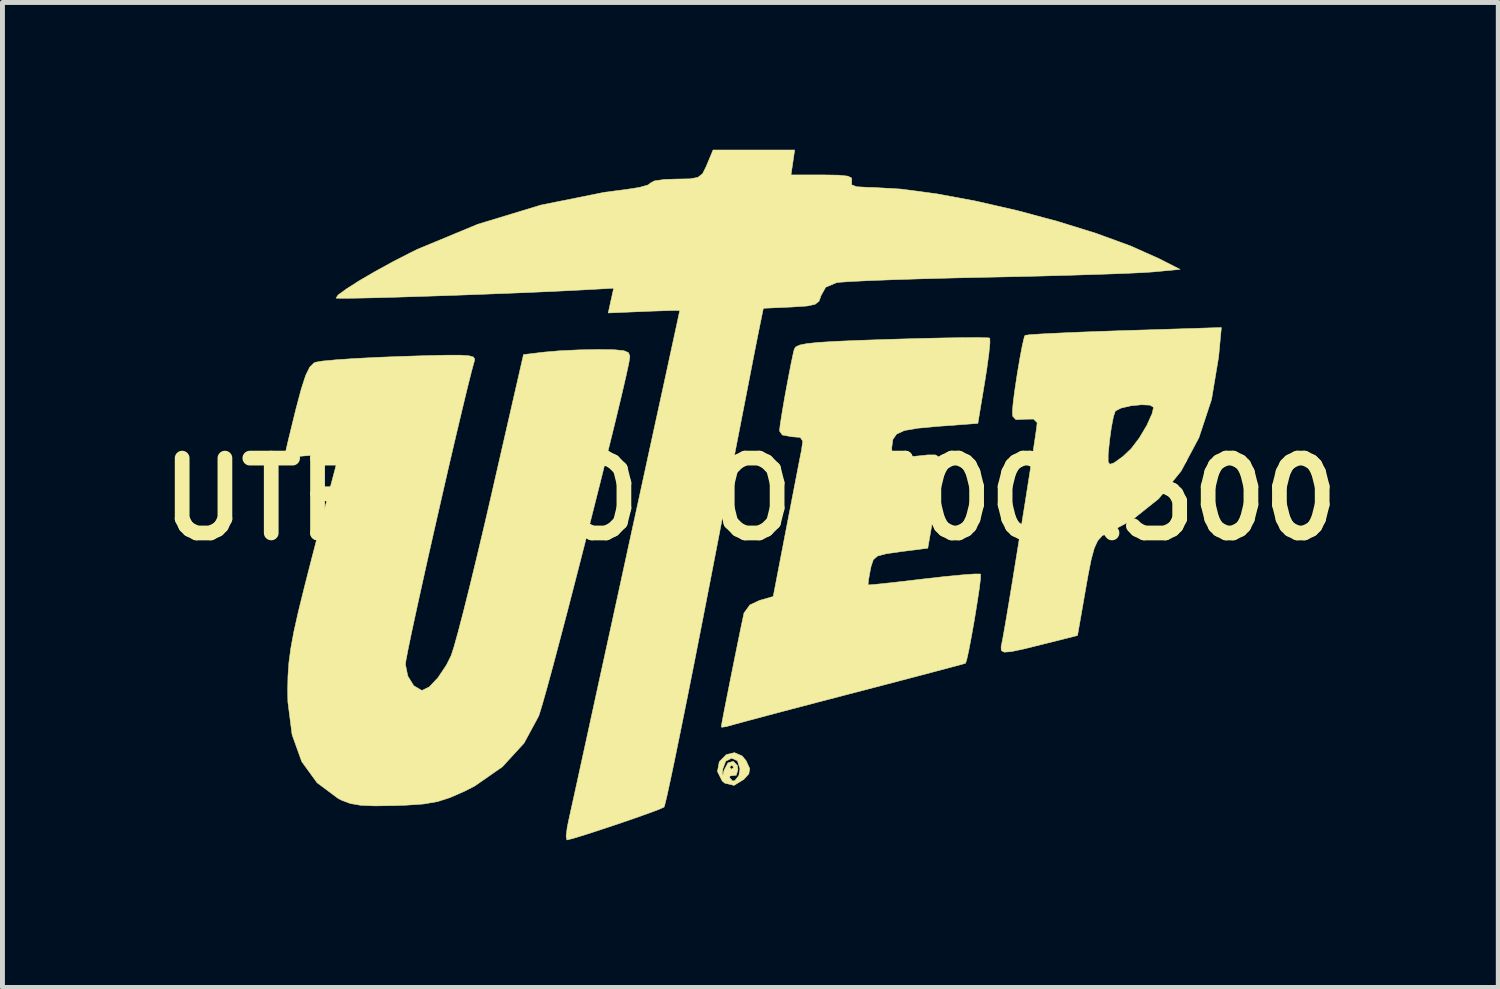
<source format=kicad_pcb>
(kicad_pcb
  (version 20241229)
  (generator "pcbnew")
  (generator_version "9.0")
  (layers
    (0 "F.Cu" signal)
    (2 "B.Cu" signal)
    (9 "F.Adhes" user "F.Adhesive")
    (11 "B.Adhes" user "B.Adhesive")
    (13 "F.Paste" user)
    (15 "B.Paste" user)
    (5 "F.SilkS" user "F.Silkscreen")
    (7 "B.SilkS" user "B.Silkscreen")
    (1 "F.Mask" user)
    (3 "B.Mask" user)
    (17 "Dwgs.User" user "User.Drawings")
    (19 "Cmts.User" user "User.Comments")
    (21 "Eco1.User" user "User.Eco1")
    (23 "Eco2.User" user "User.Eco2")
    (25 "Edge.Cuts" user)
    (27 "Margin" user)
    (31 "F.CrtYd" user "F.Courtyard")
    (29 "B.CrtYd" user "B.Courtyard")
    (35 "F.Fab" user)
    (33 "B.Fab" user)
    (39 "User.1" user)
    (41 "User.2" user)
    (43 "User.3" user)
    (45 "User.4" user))
  (footprint "UTEP LOGO 300x300"
    (layer "F.Cu")
    (at 12.236 7.117)
    (property "Reference" "UTEP LOGO 300x300" (at 0 0 0) (layer "F.SilkS") (effects (font (size 1.524 1.524) (thickness 0.3))))
    (attr through_hole)
    (fp_poly (pts (xy -0.168 5.232) (xy -0.088 5.328) (xy -0.013 5.492) (xy -0.032 5.597) (xy -0.133 5.709) (xy -0.333 5.832) (xy -0.521 5.787) (xy -0.576 5.74) (xy -0.626 5.639) (xy -0.57 5.639) (xy -0.556 5.61) (xy -0.537 5.524) (xy -0.503 5.461) (xy -0.423 5.461) (xy -0.381 5.503) (xy -0.339 5.461) (xy -0.381 5.419) (xy -0.423 5.461) (xy -0.503 5.461) (xy -0.458 5.375) (xy -0.348 5.341) (xy -0.266 5.426) (xy -0.254 5.508) (xy -0.287 5.625) (xy -0.339 5.63) (xy -0.417 5.641) (xy -0.423 5.675) (xy -0.363 5.742) (xy -0.318 5.736) (xy -0.236 5.634) (xy -0.212 5.496) (xy -0.264 5.331) (xy -0.381 5.278) (xy -0.502 5.337) (xy -0.564 5.503) (xy -0.57 5.639) (xy -0.626 5.639) (xy -0.671 5.549) (xy -0.634 5.351) (xy -0.491 5.205) (xy -0.325 5.165) (xy -0.168 5.232)) (stroke (width 0.01) (type solid)) (fill yes) (layer "F.SilkS"))
    (fp_poly (pts (xy 9.538 -2.893) (xy 9.394 -2.029) (xy 9.137 -1.251) (xy 8.775 -0.572) (xy 8.317 -0.007) (xy 7.773 0.427) (xy 7.44 0.606) (xy 7.28 0.679) (xy 7.162 0.751) (xy 7.075 0.849) (xy 7.006 0.998) (xy 6.943 1.227) (xy 6.877 1.561) (xy 6.795 2.029) (xy 6.77 2.173) (xy 6.664 2.779) (xy 5.96 2.956) (xy 5.569 3.053) (xy 5.314 3.107) (xy 5.171 3.118) (xy 5.111 3.085) (xy 5.107 3.009) (xy 5.121 2.942) (xy 5.149 2.796) (xy 5.198 2.517) (xy 5.263 2.132) (xy 5.339 1.669) (xy 5.422 1.155) (xy 5.509 0.618) (xy 5.594 0.085) (xy 5.673 -0.417) (xy 5.726 -0.756) (xy 7.288 -0.756) (xy 7.322 -0.709) (xy 7.399 -0.735) (xy 7.418 -0.745) (xy 7.592 -0.871) (xy 7.758 -1.029) (xy 7.924 -1.247) (xy 8.077 -1.505) (xy 8.183 -1.741) (xy 8.213 -1.869) (xy 8.141 -1.914) (xy 7.966 -1.922) (xy 7.748 -1.9) (xy 7.55 -1.854) (xy 7.435 -1.795) (xy 7.397 -1.685) (xy 7.353 -1.459) (xy 7.317 -1.197) (xy 7.288 -0.909) (xy 7.288 -0.756) (xy 5.726 -0.756) (xy 5.742 -0.859) (xy 5.796 -1.215) (xy 5.831 -1.457) (xy 5.842 -1.556) (xy 5.769 -1.63) (xy 5.588 -1.627) (xy 5.41 -1.618) (xy 5.344 -1.687) (xy 5.338 -1.79) (xy 5.354 -1.974) (xy 5.39 -2.247) (xy 5.438 -2.563) (xy 5.491 -2.876) (xy 5.541 -3.138) (xy 5.58 -3.303) (xy 5.594 -3.335) (xy 5.685 -3.348) (xy 5.922 -3.364) (xy 6.28 -3.382) (xy 6.735 -3.402) (xy 7.263 -3.421) (xy 7.612 -3.433) (xy 9.594 -3.495) (xy 9.538 -2.893)) (stroke (width 0.01) (type solid)) (fill yes) (layer "F.SilkS"))
    (fp_poly (pts (xy 4.844 -3.285) (xy 4.877 -3.279) (xy 4.88 -3.185) (xy 4.858 -2.961) (xy 4.815 -2.644) (xy 4.775 -2.391) (xy 4.634 -1.542) (xy 3.82 -1.482) (xy 3.408 -1.444) (xy 3.137 -1.397) (xy 2.978 -1.324) (xy 2.902 -1.214) (xy 2.88 -1.05) (xy 2.88 -1.025) (xy 2.888 -0.914) (xy 2.941 -0.859) (xy 3.078 -0.848) (xy 3.338 -0.871) (xy 3.387 -0.876) (xy 3.614 -0.9) (xy 3.768 -0.9) (xy 3.856 -0.85) (xy 3.887 -0.725) (xy 3.87 -0.501) (xy 3.814 -0.152) (xy 3.756 0.182) (xy 3.614 1) (xy 3.059 1.071) (xy 2.762 1.114) (xy 2.59 1.16) (xy 2.503 1.237) (xy 2.459 1.368) (xy 2.444 1.439) (xy 2.408 1.637) (xy 2.397 1.743) (xy 2.398 1.748) (xy 2.483 1.743) (xy 2.704 1.721) (xy 3.031 1.685) (xy 3.431 1.638) (xy 3.533 1.626) (xy 3.948 1.579) (xy 4.3 1.545) (xy 4.555 1.526) (xy 4.682 1.526) (xy 4.689 1.529) (xy 4.688 1.618) (xy 4.662 1.832) (xy 4.617 2.127) (xy 4.563 2.461) (xy 4.504 2.793) (xy 4.45 3.078) (xy 4.406 3.276) (xy 4.382 3.344) (xy 4.298 3.369) (xy 4.07 3.43) (xy 3.72 3.523) (xy 3.268 3.642) (xy 2.735 3.782) (xy 2.141 3.937) (xy 1.991 3.976) (xy 1.381 4.135) (xy 0.821 4.282) (xy 0.334 4.411) (xy -0.059 4.516) (xy -0.336 4.591) (xy -0.475 4.63) (xy -0.485 4.634) (xy -0.583 4.648) (xy -0.593 4.635) (xy -0.577 4.542) (xy -0.535 4.32) (xy -0.473 4.007) (xy -0.4 3.639) (xy -0.323 3.255) (xy -0.249 2.891) (xy -0.186 2.584) (xy -0.141 2.371) (xy -0.13 2.32) (xy -0.01 2.156) (xy 0.188 2.063) (xy 0.465 1.984) (xy 0.725 0.632) (xy 0.818 0.152) (xy 0.903 -0.288) (xy 0.974 -0.655) (xy 1.024 -0.911) (xy 1.041 -0.995) (xy 1.067 -1.182) (xy 1.014 -1.257) (xy 0.846 -1.27) (xy 0.845 -1.27) (xy 0.65 -1.306) (xy 0.593 -1.388) (xy 0.608 -1.523) (xy 0.648 -1.775) (xy 0.703 -2.096) (xy 0.766 -2.436) (xy 0.826 -2.746) (xy 0.875 -2.979) (xy 0.895 -3.058) (xy 0.927 -3.103) (xy 1.007 -3.139) (xy 1.154 -3.168) (xy 1.389 -3.192) (xy 1.731 -3.213) (xy 2.201 -3.233) (xy 2.818 -3.254) (xy 2.887 -3.256) (xy 3.444 -3.272) (xy 3.942 -3.283) (xy 4.358 -3.289) (xy 4.667 -3.29) (xy 4.844 -3.285)) (stroke (width 0.01) (type solid)) (fill yes) (layer "F.SilkS"))
    (fp_poly (pts (xy -2.778 -3.043) (xy -2.579 -3.024) (xy -2.483 -2.983) (xy -2.456 -2.912) (xy -2.456 -2.9) (xy -2.476 -2.771) (xy -2.535 -2.499) (xy -2.626 -2.106) (xy -2.744 -1.613) (xy -2.885 -1.04) (xy -3.041 -0.409) (xy -3.209 0.258) (xy -3.382 0.942) (xy -3.556 1.621) (xy -3.724 2.273) (xy -3.883 2.877) (xy -4.025 3.413) (xy -4.147 3.86) (xy -4.242 4.195) (xy -4.305 4.399) (xy -4.313 4.421) (xy -4.611 4.972) (xy -5.052 5.453) (xy -5.617 5.846) (xy -5.823 5.951) (xy -6.117 6.08) (xy -6.373 6.162) (xy -6.65 6.21) (xy -7.007 6.235) (xy -7.239 6.243) (xy -7.653 6.25) (xy -7.943 6.237) (xy -8.154 6.2) (xy -8.33 6.133) (xy -8.399 6.097) (xy -8.827 5.778) (xy -9.139 5.348) (xy -9.336 4.8) (xy -9.422 4.13) (xy -9.426 3.895) (xy -9.42 3.605) (xy -9.401 3.33) (xy -9.362 3.038) (xy -9.3 2.701) (xy -9.207 2.286) (xy -9.078 1.764) (xy -8.941 1.228) (xy -8.799 0.683) (xy -8.67 0.187) (xy -8.56 -0.234) (xy -8.475 -0.556) (xy -8.423 -0.752) (xy -8.411 -0.794) (xy -8.398 -0.877) (xy -8.447 -0.918) (xy -8.59 -0.924) (xy -8.861 -0.9) (xy -8.923 -0.893) (xy -9.205 -0.87) (xy -9.406 -0.867) (xy -9.483 -0.885) (xy -9.463 -0.983) (xy -9.411 -1.21) (xy -9.333 -1.529) (xy -9.259 -1.83) (xy -9.149 -2.244) (xy -9.059 -2.521) (xy -8.977 -2.688) (xy -8.891 -2.773) (xy -8.857 -2.788) (xy -8.717 -2.812) (xy -8.439 -2.838) (xy -8.053 -2.864) (xy -7.59 -2.888) (xy -7.128 -2.906) (xy -6.581 -2.923) (xy -6.181 -2.932) (xy -5.906 -2.932) (xy -5.735 -2.92) (xy -5.646 -2.896) (xy -5.617 -2.858) (xy -5.623 -2.813) (xy -5.679 -2.608) (xy -5.763 -2.274) (xy -5.869 -1.834) (xy -5.993 -1.312) (xy -6.129 -0.73) (xy -6.271 -0.112) (xy -6.415 0.52) (xy -6.556 1.142) (xy -6.687 1.731) (xy -6.804 2.264) (xy -6.902 2.717) (xy -6.975 3.069) (xy -7.018 3.295) (xy -7.027 3.367) (xy -6.979 3.605) (xy -6.858 3.801) (xy -6.703 3.893) (xy -6.683 3.895) (xy -6.539 3.824) (xy -6.364 3.638) (xy -6.192 3.38) (xy -6.096 3.188) (xy -6.042 3.023) (xy -5.956 2.715) (xy -5.844 2.286) (xy -5.712 1.757) (xy -5.565 1.15) (xy -5.408 0.487) (xy -5.283 -0.054) (xy -4.622 -2.944) (xy -4.195 -2.995) (xy -3.889 -3.021) (xy -3.498 -3.04) (xy -3.111 -3.047) (xy -2.778 -3.043)) (stroke (width 0.01) (type solid)) (fill yes) (layer "F.SilkS"))
    (fp_poly (pts (xy 0.865 -6.858) (xy 0.827 -6.604) (xy 1.469 -6.604) (xy 1.798 -6.599) (xy 1.986 -6.579) (xy 2.064 -6.539) (xy 2.063 -6.477) (xy 2.064 -6.402) (xy 2.165 -6.363) (xy 2.395 -6.35) (xy 2.467 -6.35) (xy 3.074 -6.315) (xy 3.795 -6.219) (xy 4.591 -6.071) (xy 5.423 -5.881) (xy 6.252 -5.659) (xy 7.038 -5.415) (xy 7.742 -5.158) (xy 8.325 -4.898) (xy 8.334 -4.893) (xy 8.753 -4.68) (xy 8.207 -4.628) (xy 7.99 -4.614) (xy 7.628 -4.597) (xy 7.147 -4.58) (xy 6.572 -4.562) (xy 5.927 -4.544) (xy 5.238 -4.528) (xy 4.841 -4.52) (xy 4.155 -4.505) (xy 3.512 -4.488) (xy 2.936 -4.47) (xy 2.449 -4.452) (xy 2.073 -4.434) (xy 1.83 -4.418) (xy 1.754 -4.409) (xy 1.534 -4.316) (xy 1.439 -4.146) (xy 1.399 -4.033) (xy 1.316 -3.967) (xy 1.151 -3.933) (xy 0.861 -3.914) (xy 0.827 -3.912) (xy 0.264 -3.887) (xy 0.174 -3.446) (xy 0.141 -3.281) (xy 0.079 -2.967) (xy -0.008 -2.519) (xy -0.117 -1.957) (xy -0.246 -1.296) (xy -0.39 -0.553) (xy -0.546 0.255) (xy -0.711 1.111) (xy -0.807 1.607) (xy -0.974 2.467) (xy -1.133 3.278) (xy -1.281 4.023) (xy -1.415 4.687) (xy -1.531 5.255) (xy -1.627 5.713) (xy -1.699 6.044) (xy -1.745 6.234) (xy -1.759 6.274) (xy -1.856 6.318) (xy -2.075 6.4) (xy -2.376 6.507) (xy -2.72 6.625) (xy -3.067 6.74) (xy -3.378 6.841) (xy -3.614 6.913) (xy -3.734 6.943) (xy -3.738 6.943) (xy -3.754 6.869) (xy -3.731 6.685) (xy -3.71 6.583) (xy -3.679 6.439) (xy -3.616 6.154) (xy -3.526 5.744) (xy -3.413 5.226) (xy -3.28 4.618) (xy -3.132 3.937) (xy -2.971 3.2) (xy -2.801 2.423) (xy -2.627 1.624) (xy -2.452 0.819) (xy -2.279 0.027) (xy -2.113 -0.737) (xy -1.957 -1.454) (xy -1.814 -2.109) (xy -1.689 -2.684) (xy -1.586 -3.161) (xy -1.507 -3.524) (xy -1.457 -3.757) (xy -1.439 -3.84) (xy -1.439 -3.84) (xy -1.517 -3.843) (xy -1.726 -3.838) (xy -2.027 -3.828) (xy -2.168 -3.822) (xy -2.896 -3.792) (xy -2.841 -4.044) (xy -2.785 -4.296) (xy -3.361 -4.264) (xy -3.795 -4.242) (xy -4.306 -4.219) (xy -4.871 -4.195) (xy -5.465 -4.172) (xy -6.066 -4.15) (xy -6.647 -4.131) (xy -7.186 -4.114) (xy -7.659 -4.101) (xy -8.04 -4.093) (xy -8.307 -4.09) (xy -8.434 -4.093) (xy -8.441 -4.095) (xy -8.398 -4.158) (xy -8.231 -4.28) (xy -7.971 -4.446) (xy -7.644 -4.637) (xy -7.279 -4.837) (xy -6.905 -5.029) (xy -6.773 -5.093) (xy -5.556 -5.598) (xy -4.267 -5.99) (xy -2.968 -6.251) (xy -2.519 -6.309) (xy -2.258 -6.35) (xy -2.081 -6.401) (xy -2.032 -6.441) (xy -1.955 -6.482) (xy -1.755 -6.511) (xy -1.52 -6.519) (xy -1.235 -6.524) (xy -1.07 -6.553) (xy -0.974 -6.629) (xy -0.9 -6.776) (xy -0.884 -6.816) (xy -0.76 -7.112) (xy 0.902 -7.112) (xy 0.865 -6.858)) (stroke (width 0.01) (type solid)) (fill yes) (layer "F.SilkS")))
  (gr_rect
    (start -3 -3)
    (end 27.471 17.065)
    (stroke (width 0.1) (type default))
    (fill no)
    (layer "Edge.Cuts")))
</source>
